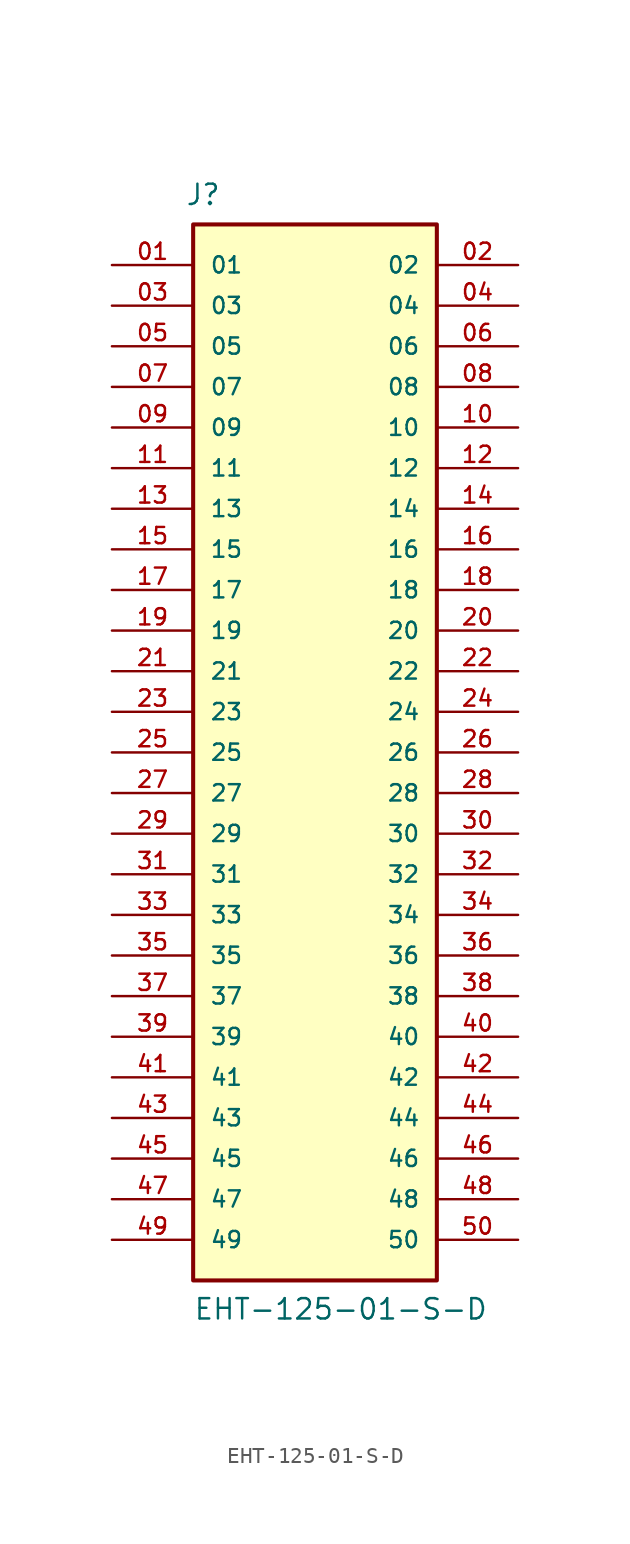
<source format=kicad_sym>
(kicad_symbol_lib
  (version 20211014)
  (generator kicad_symbol_editor)
  (symbol "EHT-125-01-S-D"
    (pin_names
      (offset 1.016))
    (property "Reference" "J"
      (at -8.12 34.136 0)
      (effects (font (size 1.27 1.27)) (justify bottom left)))
    (property "Value" "EHT-125-01-S-D"
      (at -7.62 -35.56 0)
      (effects (font (size 1.27 1.27)) (justify bottom left)))
    (symbol "EHT-125-01-S-D_0_0"
      (rectangle (start -7.62 -33.02) (end 7.62 33.02) (stroke (width 0.254)) (fill (type background)))
      (pin passive line (at -12.7 30.48 0) (length 5.08) (name "01" (effects (font (size 1.016 1.016)))) (number "01" (effects (font (size 1.016 1.016)))))
      (pin passive line (at 12.7 30.48 180.0) (length 5.08) (name "02" (effects (font (size 1.016 1.016)))) (number "02" (effects (font (size 1.016 1.016)))))
      (pin passive line (at -12.7 27.94 0) (length 5.08) (name "03" (effects (font (size 1.016 1.016)))) (number "03" (effects (font (size 1.016 1.016)))))
      (pin passive line (at 12.7 27.94 180.0) (length 5.08) (name "04" (effects (font (size 1.016 1.016)))) (number "04" (effects (font (size 1.016 1.016)))))
      (pin passive line (at -12.7 25.4 0) (length 5.08) (name "05" (effects (font (size 1.016 1.016)))) (number "05" (effects (font (size 1.016 1.016)))))
      (pin passive line (at 12.7 25.4 180.0) (length 5.08) (name "06" (effects (font (size 1.016 1.016)))) (number "06" (effects (font (size 1.016 1.016)))))
      (pin passive line (at -12.7 22.86 0) (length 5.08) (name "07" (effects (font (size 1.016 1.016)))) (number "07" (effects (font (size 1.016 1.016)))))
      (pin passive line (at 12.7 22.86 180.0) (length 5.08) (name "08" (effects (font (size 1.016 1.016)))) (number "08" (effects (font (size 1.016 1.016)))))
      (pin passive line (at -12.7 20.32 0) (length 5.08) (name "09" (effects (font (size 1.016 1.016)))) (number "09" (effects (font (size 1.016 1.016)))))
      (pin passive line (at 12.7 20.32 180.0) (length 5.08) (name "10" (effects (font (size 1.016 1.016)))) (number "10" (effects (font (size 1.016 1.016)))))
      (pin passive line (at -12.7 17.78 0) (length 5.08) (name "11" (effects (font (size 1.016 1.016)))) (number "11" (effects (font (size 1.016 1.016)))))
      (pin passive line (at 12.7 17.78 180.0) (length 5.08) (name "12" (effects (font (size 1.016 1.016)))) (number "12" (effects (font (size 1.016 1.016)))))
      (pin passive line (at -12.7 15.24 0) (length 5.08) (name "13" (effects (font (size 1.016 1.016)))) (number "13" (effects (font (size 1.016 1.016)))))
      (pin passive line (at 12.7 15.24 180.0) (length 5.08) (name "14" (effects (font (size 1.016 1.016)))) (number "14" (effects (font (size 1.016 1.016)))))
      (pin passive line (at -12.7 12.7 0) (length 5.08) (name "15" (effects (font (size 1.016 1.016)))) (number "15" (effects (font (size 1.016 1.016)))))
      (pin passive line (at 12.7 12.7 180.0) (length 5.08) (name "16" (effects (font (size 1.016 1.016)))) (number "16" (effects (font (size 1.016 1.016)))))
      (pin passive line (at -12.7 10.16 0) (length 5.08) (name "17" (effects (font (size 1.016 1.016)))) (number "17" (effects (font (size 1.016 1.016)))))
      (pin passive line (at 12.7 10.16 180.0) (length 5.08) (name "18" (effects (font (size 1.016 1.016)))) (number "18" (effects (font (size 1.016 1.016)))))
      (pin passive line (at -12.7 7.62 0) (length 5.08) (name "19" (effects (font (size 1.016 1.016)))) (number "19" (effects (font (size 1.016 1.016)))))
      (pin passive line (at 12.7 7.62 180.0) (length 5.08) (name "20" (effects (font (size 1.016 1.016)))) (number "20" (effects (font (size 1.016 1.016)))))
      (pin passive line (at -12.7 5.08 0) (length 5.08) (name "21" (effects (font (size 1.016 1.016)))) (number "21" (effects (font (size 1.016 1.016)))))
      (pin passive line (at 12.7 5.08 180.0) (length 5.08) (name "22" (effects (font (size 1.016 1.016)))) (number "22" (effects (font (size 1.016 1.016)))))
      (pin passive line (at -12.7 2.54 0) (length 5.08) (name "23" (effects (font (size 1.016 1.016)))) (number "23" (effects (font (size 1.016 1.016)))))
      (pin passive line (at 12.7 2.54 180.0) (length 5.08) (name "24" (effects (font (size 1.016 1.016)))) (number "24" (effects (font (size 1.016 1.016)))))
      (pin passive line (at -12.7 0.0 0) (length 5.08) (name "25" (effects (font (size 1.016 1.016)))) (number "25" (effects (font (size 1.016 1.016)))))
      (pin passive line (at 12.7 0.0 180.0) (length 5.08) (name "26" (effects (font (size 1.016 1.016)))) (number "26" (effects (font (size 1.016 1.016)))))
      (pin passive line (at -12.7 -2.54 0) (length 5.08) (name "27" (effects (font (size 1.016 1.016)))) (number "27" (effects (font (size 1.016 1.016)))))
      (pin passive line (at 12.7 -2.54 180.0) (length 5.08) (name "28" (effects (font (size 1.016 1.016)))) (number "28" (effects (font (size 1.016 1.016)))))
      (pin passive line (at -12.7 -5.08 0) (length 5.08) (name "29" (effects (font (size 1.016 1.016)))) (number "29" (effects (font (size 1.016 1.016)))))
      (pin passive line (at 12.7 -5.08 180.0) (length 5.08) (name "30" (effects (font (size 1.016 1.016)))) (number "30" (effects (font (size 1.016 1.016)))))
      (pin passive line (at -12.7 -7.62 0) (length 5.08) (name "31" (effects (font (size 1.016 1.016)))) (number "31" (effects (font (size 1.016 1.016)))))
      (pin passive line (at 12.7 -7.62 180.0) (length 5.08) (name "32" (effects (font (size 1.016 1.016)))) (number "32" (effects (font (size 1.016 1.016)))))
      (pin passive line (at -12.7 -10.16 0) (length 5.08) (name "33" (effects (font (size 1.016 1.016)))) (number "33" (effects (font (size 1.016 1.016)))))
      (pin passive line (at 12.7 -10.16 180.0) (length 5.08) (name "34" (effects (font (size 1.016 1.016)))) (number "34" (effects (font (size 1.016 1.016)))))
      (pin passive line (at -12.7 -12.7 0) (length 5.08) (name "35" (effects (font (size 1.016 1.016)))) (number "35" (effects (font (size 1.016 1.016)))))
      (pin passive line (at 12.7 -12.7 180.0) (length 5.08) (name "36" (effects (font (size 1.016 1.016)))) (number "36" (effects (font (size 1.016 1.016)))))
      (pin passive line (at -12.7 -15.24 0) (length 5.08) (name "37" (effects (font (size 1.016 1.016)))) (number "37" (effects (font (size 1.016 1.016)))))
      (pin passive line (at 12.7 -15.24 180.0) (length 5.08) (name "38" (effects (font (size 1.016 1.016)))) (number "38" (effects (font (size 1.016 1.016)))))
      (pin passive line (at -12.7 -17.78 0) (length 5.08) (name "39" (effects (font (size 1.016 1.016)))) (number "39" (effects (font (size 1.016 1.016)))))
      (pin passive line (at 12.7 -17.78 180.0) (length 5.08) (name "40" (effects (font (size 1.016 1.016)))) (number "40" (effects (font (size 1.016 1.016)))))
      (pin passive line (at -12.7 -20.32 0) (length 5.08) (name "41" (effects (font (size 1.016 1.016)))) (number "41" (effects (font (size 1.016 1.016)))))
      (pin passive line (at 12.7 -20.32 180.0) (length 5.08) (name "42" (effects (font (size 1.016 1.016)))) (number "42" (effects (font (size 1.016 1.016)))))
      (pin passive line (at -12.7 -22.86 0) (length 5.08) (name "43" (effects (font (size 1.016 1.016)))) (number "43" (effects (font (size 1.016 1.016)))))
      (pin passive line (at 12.7 -22.86 180.0) (length 5.08) (name "44" (effects (font (size 1.016 1.016)))) (number "44" (effects (font (size 1.016 1.016)))))
      (pin passive line (at -12.7 -25.4 0) (length 5.08) (name "45" (effects (font (size 1.016 1.016)))) (number "45" (effects (font (size 1.016 1.016)))))
      (pin passive line (at 12.7 -25.4 180.0) (length 5.08) (name "46" (effects (font (size 1.016 1.016)))) (number "46" (effects (font (size 1.016 1.016)))))
      (pin passive line (at -12.7 -27.94 0) (length 5.08) (name "47" (effects (font (size 1.016 1.016)))) (number "47" (effects (font (size 1.016 1.016)))))
      (pin passive line (at 12.7 -27.94 180.0) (length 5.08) (name "48" (effects (font (size 1.016 1.016)))) (number "48" (effects (font (size 1.016 1.016)))))
      (pin passive line (at -12.7 -30.48 0) (length 5.08) (name "49" (effects (font (size 1.016 1.016)))) (number "49" (effects (font (size 1.016 1.016)))))
      (pin passive line (at 12.7 -30.48 180.0) (length 5.08) (name "50" (effects (font (size 1.016 1.016)))) (number "50" (effects (font (size 1.016 1.016))))))))
</source>
